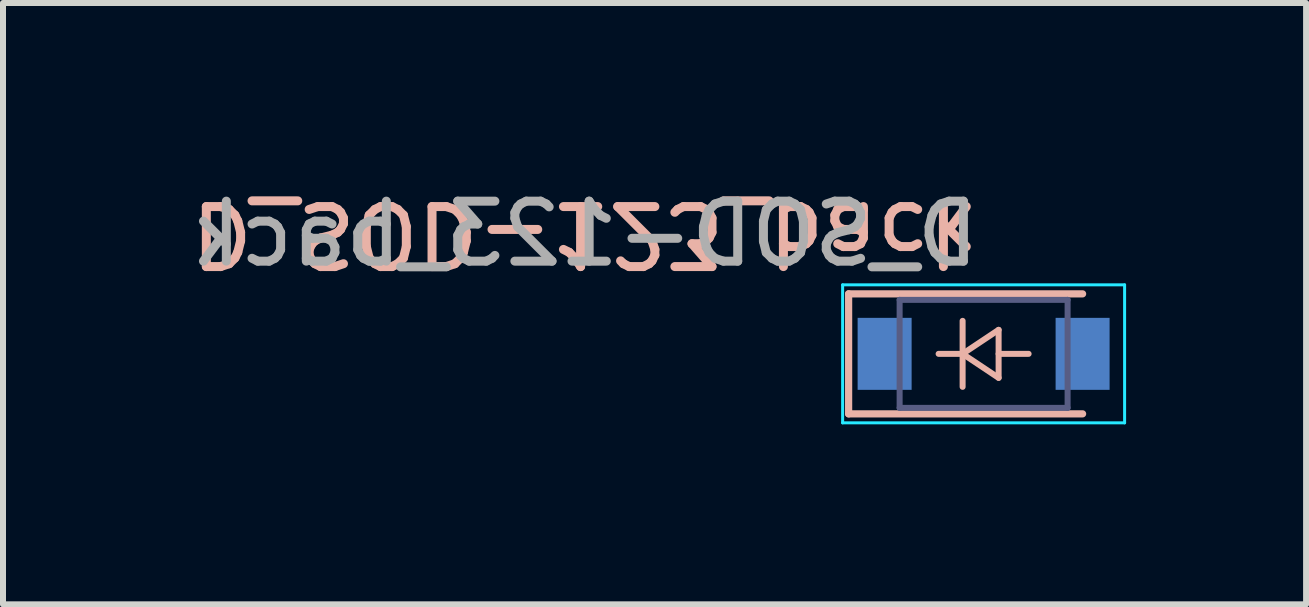
<source format=kicad_pcb>
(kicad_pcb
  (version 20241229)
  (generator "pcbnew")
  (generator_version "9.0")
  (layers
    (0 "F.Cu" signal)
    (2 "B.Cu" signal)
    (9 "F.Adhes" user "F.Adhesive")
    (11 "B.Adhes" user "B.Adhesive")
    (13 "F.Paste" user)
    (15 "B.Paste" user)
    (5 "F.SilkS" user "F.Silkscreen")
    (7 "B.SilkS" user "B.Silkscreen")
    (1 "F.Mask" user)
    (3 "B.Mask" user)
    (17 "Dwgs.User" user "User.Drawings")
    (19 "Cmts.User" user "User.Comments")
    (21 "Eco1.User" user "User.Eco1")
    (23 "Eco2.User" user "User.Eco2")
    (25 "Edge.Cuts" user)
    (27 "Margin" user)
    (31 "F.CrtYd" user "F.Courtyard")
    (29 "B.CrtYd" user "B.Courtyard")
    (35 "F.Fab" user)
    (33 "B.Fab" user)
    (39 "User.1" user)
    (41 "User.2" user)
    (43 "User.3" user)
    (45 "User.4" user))
  (footprint "D_SOD-123_back"
    (layer "F.Cu")
    (at 13.345 2.848)
    (property "Reference" "D_SOD-123_back" (at 0 -2 180) (unlocked yes) (layer "B.SilkS") (effects (font (size 1 1) (thickness 0.15)) (justify right mirror)))
    (attr smd)
    (fp_line (start -2.25 -1) (end -2.25 1) (stroke (width 0.12) (type solid)) (layer "B.SilkS"))
    (fp_line (start -2.25 -1) (end 1.65 -1) (stroke (width 0.12) (type solid)) (layer "B.SilkS"))
    (fp_line (start -2.25 1) (end 1.65 1) (stroke (width 0.12) (type solid)) (layer "B.SilkS"))
    (fp_line (start -0.75 0) (end -0.35 0) (stroke (width 0.1) (type solid)) (layer "B.SilkS"))
    (fp_line (start -0.35 0) (end -0.35 -0.55) (stroke (width 0.1) (type solid)) (layer "B.SilkS"))
    (fp_line (start -0.35 0) (end -0.35 0.55) (stroke (width 0.1) (type solid)) (layer "B.SilkS"))
    (fp_line (start -0.35 0) (end 0.25 -0.4) (stroke (width 0.1) (type solid)) (layer "B.SilkS"))
    (fp_line (start 0.25 -0.4) (end 0.25 0.4) (stroke (width 0.1) (type solid)) (layer "B.SilkS"))
    (fp_line (start 0.25 0) (end 0.75 0) (stroke (width 0.1) (type solid)) (layer "B.SilkS"))
    (fp_line (start 0.25 0.4) (end -0.35 0) (stroke (width 0.1) (type solid)) (layer "B.SilkS"))
    (fp_line (start -2.35 -1.15) (end -2.35 1.15) (stroke (width 0.05) (type solid)) (layer "B.CrtYd"))
    (fp_line (start -2.35 -1.15) (end 2.35 -1.15) (stroke (width 0.05) (type solid)) (layer "B.CrtYd"))
    (fp_line (start 2.35 -1.15) (end 2.35 1.15) (stroke (width 0.05) (type solid)) (layer "B.CrtYd"))
    (fp_line (start 2.35 1.15) (end -2.35 1.15) (stroke (width 0.05) (type solid)) (layer "B.CrtYd"))
    (fp_line (start -1.4 -0.9) (end 1.4 -0.9) (stroke (width 0.1) (type solid)) (layer "B.Fab"))
    (fp_line (start -1.4 0.9) (end -1.4 -0.9) (stroke (width 0.1) (type solid)) (layer "B.Fab"))
    (fp_line (start 1.4 -0.9) (end 1.4 0.9) (stroke (width 0.1) (type solid)) (layer "B.Fab"))
    (fp_line (start 1.4 0.9) (end -1.4 0.9) (stroke (width 0.1) (type solid)) (layer "B.Fab"))
    (fp_text user "${REFERENCE}" (at 0 -2 0) (layer "F.Fab") (effects (font (size 1 1) (thickness 0.15)) (justify left mirror)))
    (pad "1" smd rect (at -1.65 0) (size 0.9 1.2) (layers "B.Cu" "B.Mask" "B.Paste"))
    (pad "2" smd rect (at 1.65 0) (size 0.9 1.2) (layers "B.Cu" "B.Mask" "B.Paste")))
  (gr_rect
    (start -3 -3)
    (end 18.72 7.023)
    (stroke (width 0.1) (type default))
    (fill no)
    (layer "Edge.Cuts")))
</source>
